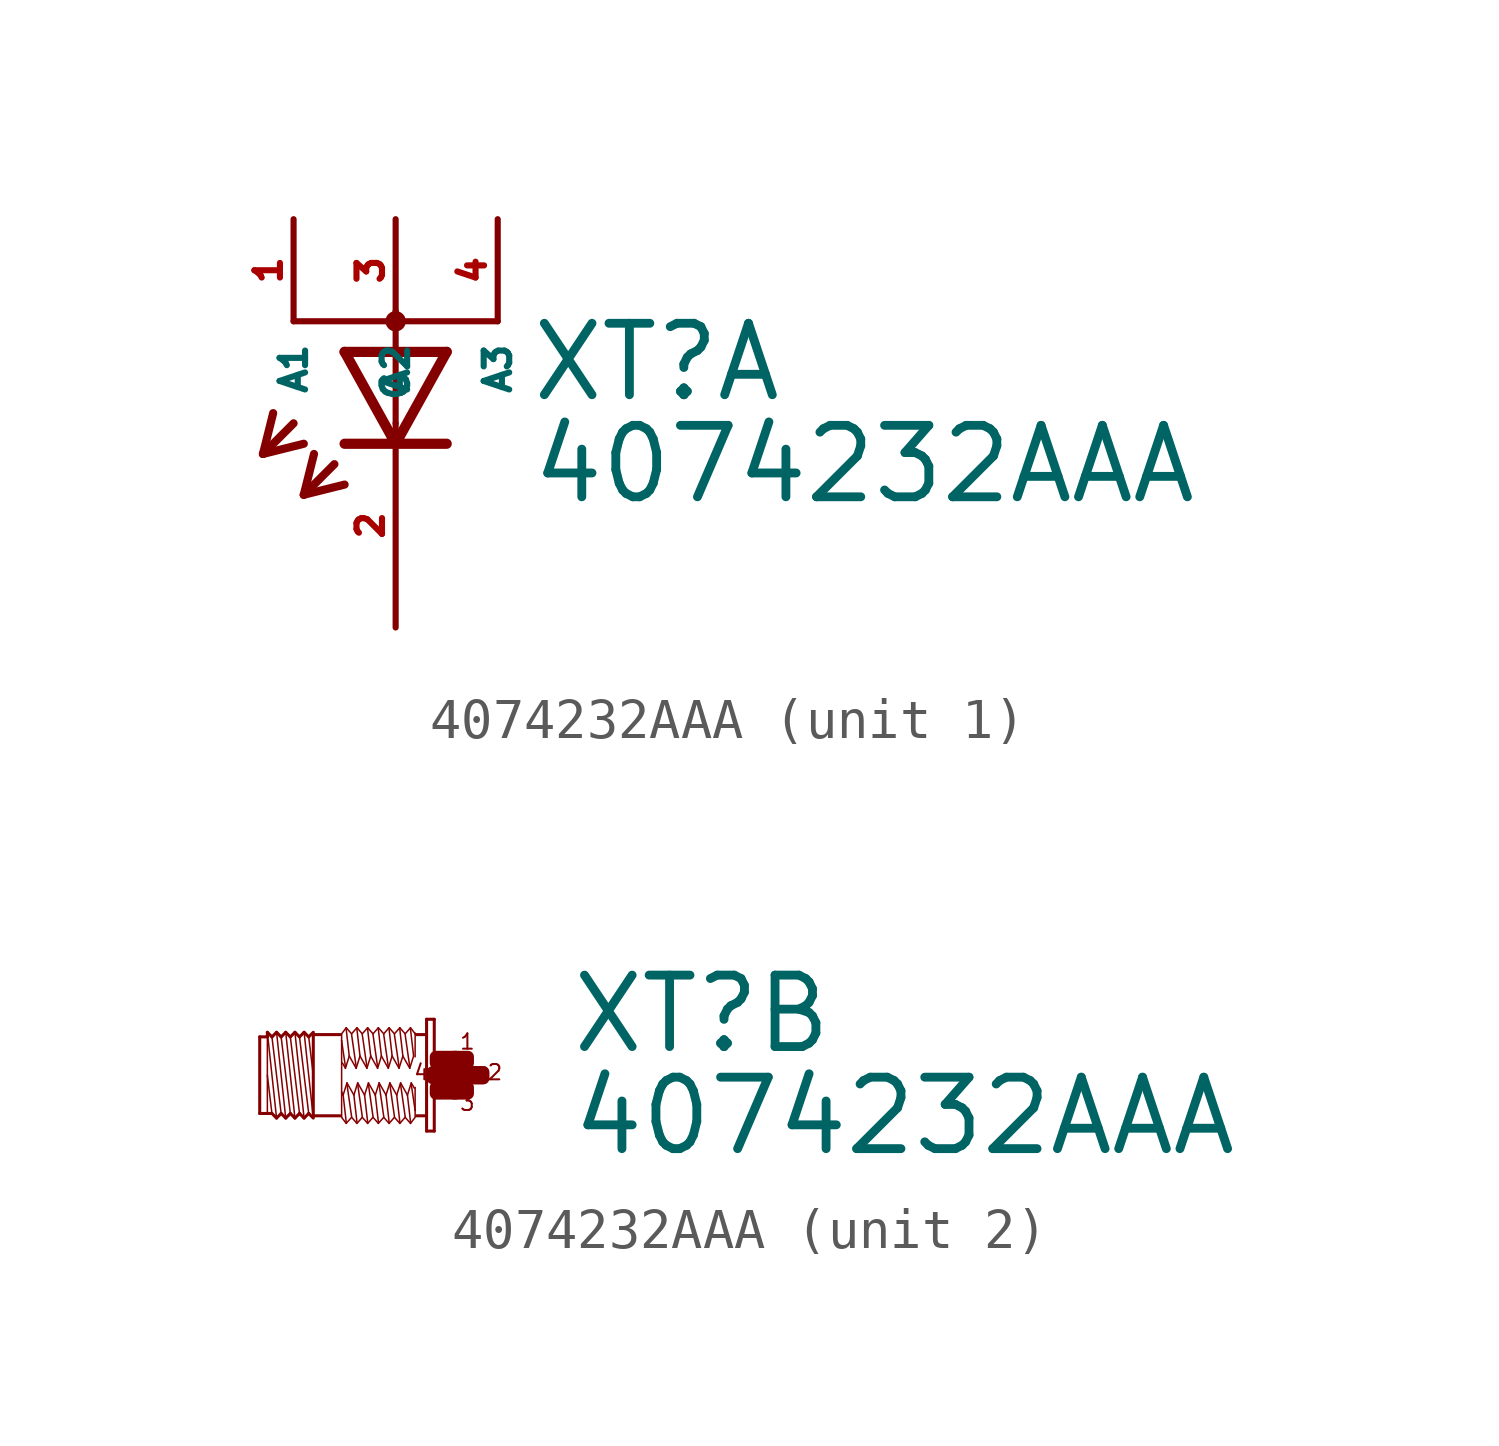
<source format=kicad_sym>
(kicad_symbol_lib
  (version 20220914)
  (generator Eagle2Kicad)
  (symbol "4074232AAA"
    (property "Reference" "XT"
      (at 3.302 0.483 0)
      (effects (font (size 1.778 1.778) (thickness 0.22)) (justify left bottom)))
    (property "Value" "4074232AAA"
      (at 3.302 -2.057 0)
      (effects (font (size 1.778 1.778) (thickness 0.22)) (justify left bottom)))
    (symbol "4074232AAA_1_0"
      (polyline (pts (xy -1.27 1.778) (xy 0 -0.508)) (stroke (width 0.254) (type default)) (fill (type none)))
      (polyline (pts (xy 0 -0.508) (xy 1.27 1.778)) (stroke (width 0.254) (type default)) (fill (type none)))
      (polyline (pts (xy 1.27 -0.508) (xy 0 -0.508)) (stroke (width 0.254) (type default)) (fill (type none)))
      (polyline (pts (xy 1.27 1.778) (xy -1.27 1.778)) (stroke (width 0.254) (type default)) (fill (type none)))
      (polyline (pts (xy 0 -0.508) (xy -1.27 -0.508)) (stroke (width 0.254) (type default)) (fill (type none)))
      (polyline (pts (xy -2.54 0) (xy -3.302 -0.762)) (stroke (width 0.203) (type default)) (fill (type none)))
      (polyline (pts (xy -3.302 -0.762) (xy -2.286 -0.508)) (stroke (width 0.203) (type default)) (fill (type none)))
      (polyline (pts (xy -3.302 -0.762) (xy -3.048 0.254)) (stroke (width 0.203) (type default)) (fill (type none)))
      (polyline (pts (xy -1.524 -1.016) (xy -2.286 -1.778)) (stroke (width 0.203) (type default)) (fill (type none)))
      (polyline (pts (xy -2.286 -1.778) (xy -1.27 -1.524)) (stroke (width 0.203) (type default)) (fill (type none)))
      (polyline (pts (xy -2.286 -1.778) (xy -2.032 -0.762)) (stroke (width 0.203) (type default)) (fill (type none)))
      (polyline (pts (xy 2.54 2.54) (xy 0 2.54)) (stroke (width 0.152) (type default)) (fill (type none)))
      (polyline (pts (xy 0 2.54) (xy -2.54 2.54)) (stroke (width 0.152) (type default)) (fill (type none)))
      (polyline (pts (xy 0 2.54) (xy 0 2.794)) (stroke (width 0.152) (type default)) (fill (type none)))
      (polyline (pts (xy 0 2.54) (xy 0 0)) (stroke (width 0.152) (type default)) (fill (type none)))
      (circle (center 0 2.54) (radius 0.127) (stroke (width 0.254) (type default)) (fill (type none)))
      (pin passive line (at 0 -5.08 90) (length 5.08) (name "C" (effects (font (size 0.635 0.635) (thickness 0.08)) (justify left bottom))) (number "2" (effects (font (size 0.635 0.635) (thickness 0.08)) (justify left bottom))))
      (pin passive line (at 0 5.08 270) (length 2.54) (name "A2" (effects (font (size 0.635 0.635) (thickness 0.08)) (justify left bottom))) (number "3" (effects (font (size 0.635 0.635) (thickness 0.08)) (justify left bottom))))
      (pin passive line (at 2.54 5.08 270) (length 2.54) (name "A3" (effects (font (size 0.635 0.635) (thickness 0.08)) (justify left bottom))) (number "4" (effects (font (size 0.635 0.635) (thickness 0.08)) (justify left bottom))))
      (pin passive line (at -2.54 5.08 270) (length 2.54) (name "A1" (effects (font (size 0.635 0.635) (thickness 0.08)) (justify left bottom))) (number "1" (effects (font (size 0.635 0.635) (thickness 0.08)) (justify left bottom)))))
    (symbol "4074232AAA_2_0"
      (polyline (pts (xy -3.048 -1.067) (xy -3.277 1.067)) (stroke (width 0.038) (type default)) (fill (type none)))
      (polyline (pts (xy -3.162 0.953) (xy -3.048 0)) (stroke (width 0.038) (type default)) (fill (type none)))
      (polyline (pts (xy -3.162 -0.953) (xy -3.391 0.953)) (stroke (width 0.038) (type default)) (fill (type none)))
      (polyline (pts (xy -3.277 -1.067) (xy -3.505 1.067)) (stroke (width 0.038) (type default)) (fill (type none)))
      (polyline (pts (xy -3.391 -0.953) (xy -3.619 0.953)) (stroke (width 0.038) (type default)) (fill (type none)))
      (polyline (pts (xy -3.505 -1.067) (xy -3.734 1.067)) (stroke (width 0.038) (type default)) (fill (type none)))
      (polyline (pts (xy -3.619 -0.953) (xy -3.848 0.953)) (stroke (width 0.038) (type default)) (fill (type none)))
      (polyline (pts (xy -3.734 -1.067) (xy -3.962 1.067)) (stroke (width 0.038) (type default)) (fill (type none)))
      (polyline (pts (xy -3.848 -0.953) (xy -4.077 0.953)) (stroke (width 0.038) (type default)) (fill (type none)))
      (polyline (pts (xy -3.962 -1.067) (xy -4.191 1.067)) (stroke (width 0.038) (type default)) (fill (type none)))
      (polyline (pts (xy -4.191 0) (xy -4.077 -0.953)) (stroke (width 0.038) (type default)) (fill (type none)))
      (polyline (pts (xy -4.191 1.029) (xy -4.191 0.953)) (stroke (width 0.038) (type default)) (fill (type none)))
      (polyline (pts (xy -4.191 0.953) (xy -4.191 -0.953)) (stroke (width 0.038) (type default)) (fill (type none)))
      (polyline (pts (xy -4.381 -0.953) (xy -4.381 0.953)) (stroke (width 0.076) (type default)) (fill (type none)))
      (polyline (pts (xy -4.381 0.953) (xy -4.191 0.953)) (stroke (width 0.076) (type default)) (fill (type none)))
      (polyline (pts (xy -4.191 0.953) (xy -4.191 1.067)) (stroke (width 0.076) (type default)) (fill (type none)))
      (polyline (pts (xy -4.191 1.067) (xy -4.077 0.953)) (stroke (width 0.076) (type default)) (fill (type none)))
      (polyline (pts (xy -4.077 0.953) (xy -3.962 1.067)) (stroke (width 0.076) (type default)) (fill (type none)))
      (polyline (pts (xy -3.962 1.067) (xy -3.848 0.953)) (stroke (width 0.076) (type default)) (fill (type none)))
      (polyline (pts (xy -3.848 0.953) (xy -3.734 1.067)) (stroke (width 0.076) (type default)) (fill (type none)))
      (polyline (pts (xy -3.734 1.067) (xy -3.619 0.953)) (stroke (width 0.076) (type default)) (fill (type none)))
      (polyline (pts (xy -3.619 0.953) (xy -3.505 1.067)) (stroke (width 0.076) (type default)) (fill (type none)))
      (polyline (pts (xy -3.277 1.067) (xy -3.162 0.953)) (stroke (width 0.076) (type default)) (fill (type none)))
      (polyline (pts (xy -3.162 0.953) (xy -3.048 1.067)) (stroke (width 0.076) (type default)) (fill (type none)))
      (polyline (pts (xy -3.048 -1.067) (xy -3.162 -0.953)) (stroke (width 0.076) (type default)) (fill (type none)))
      (polyline (pts (xy -3.162 -0.953) (xy -3.277 -1.067)) (stroke (width 0.076) (type default)) (fill (type none)))
      (polyline (pts (xy -3.277 -1.067) (xy -3.391 -0.953)) (stroke (width 0.076) (type default)) (fill (type none)))
      (polyline (pts (xy -3.391 -0.953) (xy -3.505 -1.067)) (stroke (width 0.076) (type default)) (fill (type none)))
      (polyline (pts (xy -3.505 -1.067) (xy -3.619 -0.953)) (stroke (width 0.076) (type default)) (fill (type none)))
      (polyline (pts (xy -3.619 -0.953) (xy -3.734 -1.067)) (stroke (width 0.076) (type default)) (fill (type none)))
      (polyline (pts (xy -3.734 -1.067) (xy -3.848 -0.953)) (stroke (width 0.076) (type default)) (fill (type none)))
      (polyline (pts (xy -3.848 -0.953) (xy -3.962 -1.067)) (stroke (width 0.076) (type default)) (fill (type none)))
      (polyline (pts (xy -3.962 -1.067) (xy -4.077 -0.953)) (stroke (width 0.076) (type default)) (fill (type none)))
      (polyline (pts (xy -4.077 -0.953) (xy -4.191 -0.953)) (stroke (width 0.076) (type default)) (fill (type none)))
      (polyline (pts (xy -4.191 -0.953) (xy -4.381 -0.953)) (stroke (width 0.076) (type default)) (fill (type none)))
      (polyline (pts (xy -3.048 1.029) (xy -3.048 1.01)) (stroke (width 0.076) (type default)) (fill (type none)))
      (polyline (pts (xy -3.048 1.01) (xy -3.048 -1.01)) (stroke (width 0.076) (type default)) (fill (type none)))
      (polyline (pts (xy -3.048 -1.01) (xy -3.048 -1.029)) (stroke (width 0.076) (type default)) (fill (type none)))
      (polyline (pts (xy -0.038 1.391) (xy -0.038 -1.391)) (stroke (width 0.076) (type default)) (fill (type none)))
      (polyline (pts (xy -0.038 -1.391) (xy -0.229 -1.391)) (stroke (width 0.076) (type default)) (fill (type none)))
      (polyline (pts (xy -0.229 -1.391) (xy -0.229 1.391)) (stroke (width 0.076) (type default)) (fill (type none)))
      (polyline (pts (xy -0.229 1.391) (xy -0.038 1.391)) (stroke (width 0.076) (type default)) (fill (type none)))
      (polyline (pts (xy -0.267 1.01) (xy -0.476 1.01)) (stroke (width 0.076) (type default)) (fill (type none)))
      (polyline (pts (xy -0.267 -1.01) (xy -0.476 -1.01)) (stroke (width 0.076) (type default)) (fill (type none)))
      (polyline (pts (xy -2.381 -1.01) (xy -3.048 -1.01)) (stroke (width 0.076) (type default)) (fill (type none)))
      (polyline (pts (xy -3.048 1.01) (xy -2.381 1.01)) (stroke (width 0.076) (type default)) (fill (type none)))
      (polyline (pts (xy -0.514 -1.048) (xy -0.629 -1.2)) (stroke (width 0.038) (type default)) (fill (type none)))
      (polyline (pts (xy -0.629 -1.2) (xy -0.762 -1.048)) (stroke (width 0.038) (type default)) (fill (type none)))
      (polyline (pts (xy -0.762 -1.048) (xy -0.895 -1.2)) (stroke (width 0.038) (type default)) (fill (type none)))
      (polyline (pts (xy -0.895 -1.2) (xy -1.029 -1.048)) (stroke (width 0.038) (type default)) (fill (type none)))
      (polyline (pts (xy -1.029 -1.048) (xy -1.162 -1.2)) (stroke (width 0.038) (type default)) (fill (type none)))
      (polyline (pts (xy -1.162 -1.2) (xy -1.295 -1.048)) (stroke (width 0.038) (type default)) (fill (type none)))
      (polyline (pts (xy -1.295 -1.048) (xy -1.429 -1.2)) (stroke (width 0.038) (type default)) (fill (type none)))
      (polyline (pts (xy -1.429 -1.2) (xy -1.562 -1.048)) (stroke (width 0.038) (type default)) (fill (type none)))
      (polyline (pts (xy -1.562 -1.048) (xy -1.696 -1.2)) (stroke (width 0.038) (type default)) (fill (type none)))
      (polyline (pts (xy -1.696 -1.2) (xy -1.829 -1.048)) (stroke (width 0.038) (type default)) (fill (type none)))
      (polyline (pts (xy -1.829 -1.048) (xy -1.962 -1.2)) (stroke (width 0.038) (type default)) (fill (type none)))
      (polyline (pts (xy -1.962 -1.2) (xy -2.095 -1.048)) (stroke (width 0.038) (type default)) (fill (type none)))
      (polyline (pts (xy -2.095 -1.048) (xy -2.229 -1.2)) (stroke (width 0.038) (type default)) (fill (type none)))
      (polyline (pts (xy -2.229 -1.2) (xy -2.343 -1.048)) (stroke (width 0.038) (type default)) (fill (type none)))
      (polyline (pts (xy -2.343 -1.048) (xy -2.343 -0.419)) (stroke (width 0.038) (type default)) (fill (type none)))
      (polyline (pts (xy -2.343 -0.419) (xy -2.343 0.857)) (stroke (width 0.038) (type default)) (fill (type none)))
      (polyline (pts (xy -2.343 0.857) (xy -2.343 1.029)) (stroke (width 0.038) (type default)) (fill (type none)))
      (polyline (pts (xy -0.514 1.048) (xy -0.514 1.029)) (stroke (width 0.038) (type default)) (fill (type none)))
      (polyline (pts (xy -0.514 1.029) (xy -0.514 0.457)) (stroke (width 0.038) (type default)) (fill (type none)))
      (polyline (pts (xy -0.514 -0.305) (xy -0.514 -0.876)) (stroke (width 0.038) (type default)) (fill (type none)))
      (polyline (pts (xy -0.514 -0.876) (xy -0.514 -1.029)) (stroke (width 0.038) (type default)) (fill (type none)))
      (polyline (pts (xy -0.533 -0.324) (xy -0.61 -0.191)) (stroke (width 0.038) (type default)) (fill (type none)))
      (polyline (pts (xy -0.61 -0.191) (xy -0.705 -0.495)) (stroke (width 0.038) (type default)) (fill (type none)))
      (polyline (pts (xy -0.705 -0.495) (xy -0.876 -0.191)) (stroke (width 0.038) (type default)) (fill (type none)))
      (polyline (pts (xy -0.876 -0.191) (xy -0.972 -0.495)) (stroke (width 0.038) (type default)) (fill (type none)))
      (polyline (pts (xy -0.972 -0.495) (xy -1.143 -0.191)) (stroke (width 0.038) (type default)) (fill (type none)))
      (polyline (pts (xy -1.143 -0.191) (xy -1.238 -0.495)) (stroke (width 0.038) (type default)) (fill (type none)))
      (polyline (pts (xy -1.238 -0.495) (xy -1.41 -0.191)) (stroke (width 0.038) (type default)) (fill (type none)))
      (polyline (pts (xy -1.41 -0.191) (xy -1.505 -0.495)) (stroke (width 0.038) (type default)) (fill (type none)))
      (polyline (pts (xy -1.505 -0.495) (xy -1.676 -0.191)) (stroke (width 0.038) (type default)) (fill (type none)))
      (polyline (pts (xy -1.676 -0.191) (xy -1.772 -0.495)) (stroke (width 0.038) (type default)) (fill (type none)))
      (polyline (pts (xy -1.772 -0.495) (xy -1.943 -0.191)) (stroke (width 0.038) (type default)) (fill (type none)))
      (polyline (pts (xy -1.943 -0.191) (xy -2.038 -0.495)) (stroke (width 0.038) (type default)) (fill (type none)))
      (polyline (pts (xy -2.038 -0.495) (xy -2.21 -0.191)) (stroke (width 0.038) (type default)) (fill (type none)))
      (polyline (pts (xy -2.21 -0.191) (xy -2.305 -0.495)) (stroke (width 0.038) (type default)) (fill (type none)))
      (polyline (pts (xy -2.305 -0.495) (xy -2.343 -0.419)) (stroke (width 0.038) (type default)) (fill (type none)))
      (polyline (pts (xy -2.229 -1.162) (xy -2.305 -0.495)) (stroke (width 0.038) (type default)) (fill (type none)))
      (polyline (pts (xy -2.095 -1.029) (xy -2.21 -0.229)) (stroke (width 0.038) (type default)) (fill (type none)))
      (polyline (pts (xy -1.962 -1.162) (xy -2.038 -0.495)) (stroke (width 0.038) (type default)) (fill (type none)))
      (polyline (pts (xy -1.829 -1.029) (xy -1.943 -0.229)) (stroke (width 0.038) (type default)) (fill (type none)))
      (polyline (pts (xy -1.562 -1.029) (xy -1.676 -0.229)) (stroke (width 0.038) (type default)) (fill (type none)))
      (polyline (pts (xy -1.429 -1.162) (xy -1.505 -0.495)) (stroke (width 0.038) (type default)) (fill (type none)))
      (polyline (pts (xy -1.295 -1.029) (xy -1.41 -0.229)) (stroke (width 0.038) (type default)) (fill (type none)))
      (polyline (pts (xy -1.162 -1.162) (xy -1.238 -0.495)) (stroke (width 0.038) (type default)) (fill (type none)))
      (polyline (pts (xy -1.029 -1.029) (xy -1.143 -0.229)) (stroke (width 0.038) (type default)) (fill (type none)))
      (polyline (pts (xy -0.895 -1.162) (xy -0.972 -0.495)) (stroke (width 0.038) (type default)) (fill (type none)))
      (polyline (pts (xy -0.762 -1.029) (xy -0.876 -0.229)) (stroke (width 0.038) (type default)) (fill (type none)))
      (polyline (pts (xy -0.629 -1.162) (xy -0.705 -0.495)) (stroke (width 0.038) (type default)) (fill (type none)))
      (polyline (pts (xy -0.514 -0.876) (xy -0.61 -0.229)) (stroke (width 0.038) (type default)) (fill (type none)))
      (polyline (pts (xy -2.343 1.029) (xy -2.229 1.181)) (stroke (width 0.038) (type default)) (fill (type none)))
      (polyline (pts (xy -2.229 1.181) (xy -2.095 1.029)) (stroke (width 0.038) (type default)) (fill (type none)))
      (polyline (pts (xy -2.095 1.029) (xy -1.962 1.181)) (stroke (width 0.038) (type default)) (fill (type none)))
      (polyline (pts (xy -1.962 1.181) (xy -1.829 1.029)) (stroke (width 0.038) (type default)) (fill (type none)))
      (polyline (pts (xy -1.829 1.029) (xy -1.696 1.181)) (stroke (width 0.038) (type default)) (fill (type none)))
      (polyline (pts (xy -1.696 1.181) (xy -1.562 1.029)) (stroke (width 0.038) (type default)) (fill (type none)))
      (polyline (pts (xy -1.562 1.029) (xy -1.429 1.181)) (stroke (width 0.038) (type default)) (fill (type none)))
      (polyline (pts (xy -1.429 1.181) (xy -1.295 1.029)) (stroke (width 0.038) (type default)) (fill (type none)))
      (polyline (pts (xy -1.295 1.029) (xy -1.162 1.181)) (stroke (width 0.038) (type default)) (fill (type none)))
      (polyline (pts (xy -1.162 1.181) (xy -1.029 1.029)) (stroke (width 0.038) (type default)) (fill (type none)))
      (polyline (pts (xy -1.029 1.029) (xy -0.895 1.181)) (stroke (width 0.038) (type default)) (fill (type none)))
      (polyline (pts (xy -0.895 1.181) (xy -0.762 1.029)) (stroke (width 0.038) (type default)) (fill (type none)))
      (polyline (pts (xy -0.762 1.029) (xy -0.629 1.181)) (stroke (width 0.038) (type default)) (fill (type none)))
      (polyline (pts (xy -0.629 1.181) (xy -0.514 1.029)) (stroke (width 0.038) (type default)) (fill (type none)))
      (polyline (pts (xy -2.324 0.305) (xy -2.248 0.172)) (stroke (width 0.038) (type default)) (fill (type none)))
      (polyline (pts (xy -2.248 0.172) (xy -2.153 0.476)) (stroke (width 0.038) (type default)) (fill (type none)))
      (polyline (pts (xy -2.153 0.476) (xy -1.981 0.172)) (stroke (width 0.038) (type default)) (fill (type none)))
      (polyline (pts (xy -1.981 0.172) (xy -1.886 0.476)) (stroke (width 0.038) (type default)) (fill (type none)))
      (polyline (pts (xy -1.886 0.476) (xy -1.714 0.172)) (stroke (width 0.038) (type default)) (fill (type none)))
      (polyline (pts (xy -1.714 0.172) (xy -1.619 0.476)) (stroke (width 0.038) (type default)) (fill (type none)))
      (polyline (pts (xy -1.619 0.476) (xy -1.448 0.172)) (stroke (width 0.038) (type default)) (fill (type none)))
      (polyline (pts (xy -1.448 0.172) (xy -1.353 0.476)) (stroke (width 0.038) (type default)) (fill (type none)))
      (polyline (pts (xy -1.353 0.476) (xy -1.181 0.172)) (stroke (width 0.038) (type default)) (fill (type none)))
      (polyline (pts (xy -1.181 0.172) (xy -1.086 0.476)) (stroke (width 0.038) (type default)) (fill (type none)))
      (polyline (pts (xy -1.086 0.476) (xy -0.914 0.172)) (stroke (width 0.038) (type default)) (fill (type none)))
      (polyline (pts (xy -0.914 0.172) (xy -0.819 0.476)) (stroke (width 0.038) (type default)) (fill (type none)))
      (polyline (pts (xy -0.819 0.476) (xy -0.648 0.172)) (stroke (width 0.038) (type default)) (fill (type none)))
      (polyline (pts (xy -0.648 0.172) (xy -0.552 0.476)) (stroke (width 0.038) (type default)) (fill (type none)))
      (polyline (pts (xy -0.629 1.143) (xy -0.552 0.476)) (stroke (width 0.038) (type default)) (fill (type none)))
      (polyline (pts (xy -0.762 1.01) (xy -0.648 0.21)) (stroke (width 0.038) (type default)) (fill (type none)))
      (polyline (pts (xy -0.895 1.143) (xy -0.819 0.476)) (stroke (width 0.038) (type default)) (fill (type none)))
      (polyline (pts (xy -1.029 1.01) (xy -0.914 0.21)) (stroke (width 0.038) (type default)) (fill (type none)))
      (polyline (pts (xy -1.162 1.143) (xy -1.086 0.476)) (stroke (width 0.038) (type default)) (fill (type none)))
      (polyline (pts (xy -1.295 1.01) (xy -1.181 0.21)) (stroke (width 0.038) (type default)) (fill (type none)))
      (polyline (pts (xy -1.429 1.143) (xy -1.353 0.476)) (stroke (width 0.038) (type default)) (fill (type none)))
      (polyline (pts (xy -1.562 1.01) (xy -1.448 0.21)) (stroke (width 0.038) (type default)) (fill (type none)))
      (polyline (pts (xy -1.696 1.143) (xy -1.619 0.476)) (stroke (width 0.038) (type default)) (fill (type none)))
      (polyline (pts (xy -1.829 1.01) (xy -1.714 0.21)) (stroke (width 0.038) (type default)) (fill (type none)))
      (polyline (pts (xy -1.962 1.143) (xy -1.886 0.476)) (stroke (width 0.038) (type default)) (fill (type none)))
      (polyline (pts (xy -2.095 1.01) (xy -1.981 0.21)) (stroke (width 0.038) (type default)) (fill (type none)))
      (polyline (pts (xy -2.229 1.143) (xy -2.153 0.476)) (stroke (width 0.038) (type default)) (fill (type none)))
      (polyline (pts (xy -2.343 0.857) (xy -2.248 0.21)) (stroke (width 0.038) (type default)) (fill (type none)))
      (polyline (pts (xy -1.696 -1.162) (xy -1.772 -0.495)) (stroke (width 0.038) (type default)) (fill (type none)))
      (polyline (pts (xy -3.277 1.067) (xy -3.391 0.953)) (stroke (width 0.076) (type default)) (fill (type none)))
      (polyline (pts (xy -3.391 0.953) (xy -3.505 1.067)) (stroke (width 0.076) (type default)) (fill (type none)))
      (text "1" (at 0.572 0.61 0) (effects (font (size 0.381 0.381) (thickness 0.05)) (justify left bottom)))
      (text "3" (at 0.572 -0.914 0) (effects (font (size 0.381 0.381) (thickness 0.05)) (justify left bottom)))
      (text "2" (at 1.257 -0.152 0) (effects (font (size 0.381 0.381) (thickness 0.05)) (justify left bottom)))
      (text "4" (at -0.572 -0.152 0) (effects (font (size 0.381 0.381) (thickness 0.05)) (justify left bottom)))
      (rectangle (start 0 -0.457) (end 0.495 -0.305) (stroke (width 0.3) (type default)) (fill (type outline)))
      (rectangle (start 0.457 -0.457) (end 0.8 -0.305) (stroke (width 0.3) (type default)) (fill (type outline)))
      (rectangle (start 0.838 -0.076) (end 1.181 0.076) (stroke (width 0.3) (type default)) (fill (type outline)))
      (rectangle (start 0.457 0.305) (end 0.8 0.457) (stroke (width 0.3) (type default)) (fill (type outline)))
      (rectangle (start 0 0.305) (end 0.495 0.457) (stroke (width 0.3) (type default)) (fill (type outline)))
      (rectangle (start 0.419 -0.076) (end 0.762 0.076) (stroke (width 0.3) (type default)) (fill (type outline)))
      (rectangle (start 0.076 -0.076) (end 0.419 0.076) (stroke (width 0.3) (type default)) (fill (type outline)))
      (rectangle (start -0.076 -0.076) (end 0.152 0.076) (stroke (width 0.3) (type default)) (fill (type outline)))
      (rectangle (start 0.762 -0.076) (end 0.838 0.076) (stroke (width 0.3) (type default)) (fill (type outline)))
      (rectangle (start 0.838 -0.076) (end 1.181 0.076) (stroke (width 0.3) (type default)) (fill (type outline))))))
</source>
